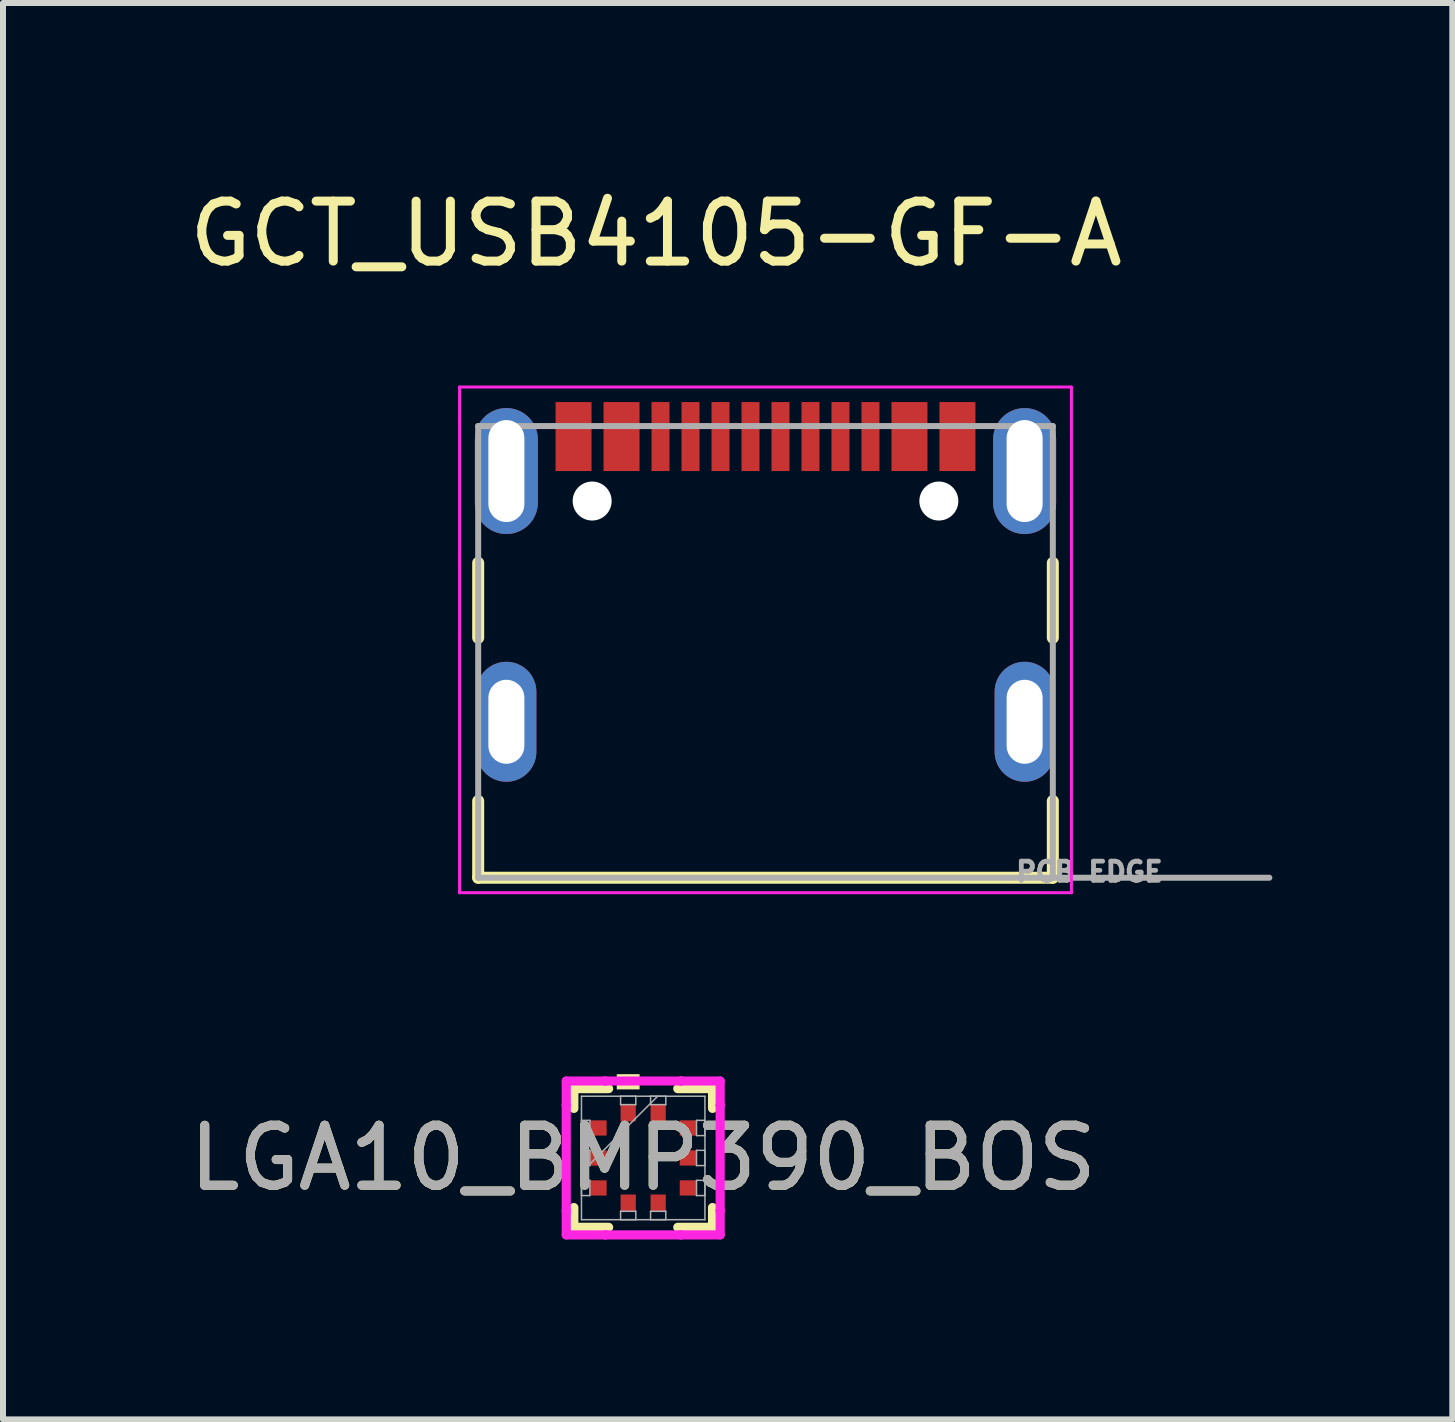
<source format=kicad_pcb>
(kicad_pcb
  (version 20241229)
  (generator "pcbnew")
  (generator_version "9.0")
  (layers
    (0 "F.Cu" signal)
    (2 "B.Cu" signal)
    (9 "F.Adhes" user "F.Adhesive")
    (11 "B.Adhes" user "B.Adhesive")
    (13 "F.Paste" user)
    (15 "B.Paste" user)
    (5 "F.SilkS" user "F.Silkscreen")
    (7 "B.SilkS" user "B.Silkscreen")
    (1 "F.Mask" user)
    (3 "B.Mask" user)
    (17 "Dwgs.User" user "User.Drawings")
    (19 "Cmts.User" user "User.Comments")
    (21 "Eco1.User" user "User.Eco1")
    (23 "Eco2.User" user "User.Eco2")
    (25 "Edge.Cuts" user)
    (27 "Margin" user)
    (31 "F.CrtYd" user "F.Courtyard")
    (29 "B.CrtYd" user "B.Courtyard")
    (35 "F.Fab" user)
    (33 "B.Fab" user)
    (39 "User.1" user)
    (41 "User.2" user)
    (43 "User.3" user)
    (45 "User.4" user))
  (footprint "GCT_USB4105-GF-A"
    (layer "F.Cu")
    (at 9.712 8.983)
    (property "Reference" "GCT_USB4105-GF-A" (at -1.825 -8.135 0) (layer "F.SilkS") (effects (font (size 1 1) (thickness 0.15))))
    (attr smd)
    (fp_line (start -4.79 -2.65) (end -4.79 -1.4) (stroke (width 0.2) (type solid)) (layer "F.SilkS"))
    (fp_line (start -4.79 1.32) (end -4.79 2.6) (stroke (width 0.2) (type solid)) (layer "F.SilkS"))
    (fp_line (start -4.79 2.6) (end 4.79 2.6) (stroke (width 0.2) (type solid)) (layer "F.SilkS"))
    (fp_line (start 4.79 -2.65) (end 4.79 -1.4) (stroke (width 0.2) (type solid)) (layer "F.SilkS"))
    (fp_line (start 4.79 2.6) (end 4.79 1.32) (stroke (width 0.2) (type solid)) (layer "F.SilkS"))
    (fp_line (start -5.1 -5.58) (end -5.1 2.85) (stroke (width 0.05) (type solid)) (layer "F.CrtYd"))
    (fp_line (start -5.1 2.85) (end 5.1 2.85) (stroke (width 0.05) (type solid)) (layer "F.CrtYd"))
    (fp_line (start 5.1 -5.58) (end -5.1 -5.58) (stroke (width 0.05) (type solid)) (layer "F.CrtYd"))
    (fp_line (start 5.1 2.85) (end 5.1 -5.58) (stroke (width 0.05) (type solid)) (layer "F.CrtYd"))
    (fp_line (start -4.79 -4.93) (end 4.79 -4.93) (stroke (width 0.1) (type solid)) (layer "F.Fab"))
    (fp_line (start -4.79 2.6) (end -4.79 -4.93) (stroke (width 0.1) (type solid)) (layer "F.Fab"))
    (fp_line (start 4.79 -4.93) (end 4.79 2.6) (stroke (width 0.1) (type solid)) (layer "F.Fab"))
    (fp_line (start 4.79 2.6) (end -4.79 2.6) (stroke (width 0.1) (type solid)) (layer "F.Fab"))
    (fp_line (start 4.8 2.6) (end 8.4 2.6) (stroke (width 0.1) (type solid)) (layer "F.Fab"))
    (fp_text user "PCB EDGE" (at 5.4 2.5 0) (layer "F.Fab") (effects (font (size 0.32 0.32) (thickness 0.15))))
    (pad "" np_thru_hole circle (at -2.89 -3.68) (size 0.65 0.65) (drill 0.65) (layers "*.Cu" "*.Mask"))
    (pad "" np_thru_hole circle (at 2.89 -3.68) (size 0.65 0.65) (drill 0.65) (layers "*.Cu" "*.Mask"))
    (pad "A1_B12" smd rect (at -3.2 -4.755) (size 0.6 1.15) (layers "F.Cu" "F.Mask" "F.Paste"))
    (pad "A4_B9" smd rect (at -2.4 -4.755) (size 0.6 1.15) (layers "F.Cu" "F.Mask" "F.Paste"))
    (pad "A5" smd rect (at -1.25 -4.755) (size 0.3 1.15) (layers "F.Cu" "F.Mask" "F.Paste"))
    (pad "A6" smd rect (at -0.25 -4.755) (size 0.3 1.15) (layers "F.Cu" "F.Mask" "F.Paste"))
    (pad "A7" smd rect (at 0.25 -4.755) (size 0.3 1.15) (layers "F.Cu" "F.Mask" "F.Paste"))
    (pad "A8" smd rect (at 1.25 -4.755) (size 0.3 1.15) (layers "F.Cu" "F.Mask" "F.Paste"))
    (pad "B1_A12" smd rect (at 3.2 -4.755) (size 0.6 1.15) (layers "F.Cu" "F.Mask" "F.Paste"))
    (pad "B4_A9" smd rect (at 2.4 -4.755) (size 0.6 1.15) (layers "F.Cu" "F.Mask" "F.Paste"))
    (pad "B5" smd rect (at 1.75 -4.755) (size 0.3 1.15) (layers "F.Cu" "F.Mask" "F.Paste"))
    (pad "B6" smd rect (at 0.75 -4.755) (size 0.3 1.15) (layers "F.Cu" "F.Mask" "F.Paste"))
    (pad "B7" smd rect (at -0.75 -4.755) (size 0.3 1.15) (layers "F.Cu" "F.Mask" "F.Paste"))
    (pad "B8" smd rect (at -1.75 -4.755) (size 0.3 1.15) (layers "F.Cu" "F.Mask" "F.Paste"))
    (pad "S1" thru_hole oval (at -4.32 -4.18) (size 1.05 2.1) (drill oval 0.6 1.7) (layers "*.Cu" "*.Mask"))
    (pad "S2" thru_hole oval (at -4.32 0) (size 1 2) (drill oval 0.6 1.4) (layers "*.Cu" "*.Mask"))
    (pad "S3" thru_hole oval (at 4.32 0) (size 1 2) (drill oval 0.6 1.4) (layers "*.Cu" "*.Mask"))
    (pad "S4" thru_hole oval (at 4.32 -4.18) (size 1.05 2.1) (drill oval 0.6 1.7) (layers "*.Cu" "*.Mask")))
  (footprint "LGA10_BMP390_BOS"
    (layer "F.Cu")
    (at 7.673 16.255)
    (property "Reference" "LGA10_BMP390_BOS" (at 0 0 0) (unlocked yes) (layer "F.SilkS") (effects (font (size 1 1) (thickness 0.15))))
    (attr smd)
    (fp_line (start -1.156 -1.156) (end -1.156 -0.826) (stroke (width 0.152) (type solid)) (layer "F.SilkS"))
    (fp_line (start -1.156 0.826) (end -1.156 1.156) (stroke (width 0.152) (type solid)) (layer "F.SilkS"))
    (fp_line (start -1.156 1.156) (end -0.576 1.156) (stroke (width 0.152) (type solid)) (layer "F.SilkS"))
    (fp_line (start -0.576 -1.156) (end -1.156 -1.156) (stroke (width 0.152) (type solid)) (layer "F.SilkS"))
    (fp_line (start 0.576 1.156) (end 1.156 1.156) (stroke (width 0.152) (type solid)) (layer "F.SilkS"))
    (fp_line (start 1.156 -1.156) (end 0.576 -1.156) (stroke (width 0.152) (type solid)) (layer "F.SilkS"))
    (fp_line (start 1.156 -0.826) (end 1.156 -1.156) (stroke (width 0.152) (type solid)) (layer "F.SilkS"))
    (fp_line (start 1.156 1.156) (end 1.156 0.826) (stroke (width 0.152) (type solid)) (layer "F.SilkS"))
    (fp_poly (pts (xy -0.441 -1.143) (xy -0.441 -1.397) (xy -0.06 -1.397) (xy -0.06 -1.143)) (stroke (width 0) (type solid)) (fill yes) (layer "F.SilkS"))
    (fp_line (start -1.283 -1.283) (end -0.631 -1.283) (stroke (width 0.152) (type solid)) (layer "F.CrtYd"))
    (fp_line (start -1.283 -0.881) (end -1.283 -1.283) (stroke (width 0.152) (type solid)) (layer "F.CrtYd"))
    (fp_line (start -1.283 -0.881) (end -1.283 -0.881) (stroke (width 0.152) (type solid)) (layer "F.CrtYd"))
    (fp_line (start -1.283 0.881) (end -1.283 -0.881) (stroke (width 0.152) (type solid)) (layer "F.CrtYd"))
    (fp_line (start -1.283 0.881) (end -1.283 0.881) (stroke (width 0.152) (type solid)) (layer "F.CrtYd"))
    (fp_line (start -1.283 1.283) (end -1.283 0.881) (stroke (width 0.152) (type solid)) (layer "F.CrtYd"))
    (fp_line (start -0.631 -1.283) (end -0.631 -1.283) (stroke (width 0.152) (type solid)) (layer "F.CrtYd"))
    (fp_line (start -0.631 -1.283) (end 0.631 -1.283) (stroke (width 0.152) (type solid)) (layer "F.CrtYd"))
    (fp_line (start -0.631 1.283) (end -1.283 1.283) (stroke (width 0.152) (type solid)) (layer "F.CrtYd"))
    (fp_line (start -0.631 1.283) (end -0.631 1.283) (stroke (width 0.152) (type solid)) (layer "F.CrtYd"))
    (fp_line (start 0.631 -1.283) (end 0.631 -1.283) (stroke (width 0.152) (type solid)) (layer "F.CrtYd"))
    (fp_line (start 0.631 -1.283) (end 1.283 -1.283) (stroke (width 0.152) (type solid)) (layer "F.CrtYd"))
    (fp_line (start 0.631 1.283) (end -0.631 1.283) (stroke (width 0.152) (type solid)) (layer "F.CrtYd"))
    (fp_line (start 0.631 1.283) (end 0.631 1.283) (stroke (width 0.152) (type solid)) (layer "F.CrtYd"))
    (fp_line (start 1.283 -1.283) (end 1.283 -0.881) (stroke (width 0.152) (type solid)) (layer "F.CrtYd"))
    (fp_line (start 1.283 -0.881) (end 1.283 -0.881) (stroke (width 0.152) (type solid)) (layer "F.CrtYd"))
    (fp_line (start 1.283 -0.881) (end 1.283 0.881) (stroke (width 0.152) (type solid)) (layer "F.CrtYd"))
    (fp_line (start 1.283 0.881) (end 1.283 0.881) (stroke (width 0.152) (type solid)) (layer "F.CrtYd"))
    (fp_line (start 1.283 0.881) (end 1.283 1.283) (stroke (width 0.152) (type solid)) (layer "F.CrtYd"))
    (fp_line (start 1.283 1.283) (end 0.631 1.283) (stroke (width 0.152) (type solid)) (layer "F.CrtYd"))
    (fp_line (start -1.029 -1.029) (end -1.029 1.029) (stroke (width 0.025) (type solid)) (layer "F.Fab"))
    (fp_line (start -1.029 -0.627) (end -0.889 -0.627) (stroke (width 0.025) (type solid)) (layer "F.Fab"))
    (fp_line (start -1.029 -0.373) (end -1.029 -0.627) (stroke (width 0.025) (type solid)) (layer "F.Fab"))
    (fp_line (start -1.029 -0.127) (end -0.889 -0.127) (stroke (width 0.025) (type solid)) (layer "F.Fab"))
    (fp_line (start -1.029 0.127) (end -1.029 -0.127) (stroke (width 0.025) (type solid)) (layer "F.Fab"))
    (fp_line (start -1.029 0.241) (end 0.241 -1.029) (stroke (width 0.025) (type solid)) (layer "F.Fab"))
    (fp_line (start -1.029 0.373) (end -0.889 0.373) (stroke (width 0.025) (type solid)) (layer "F.Fab"))
    (fp_line (start -1.029 0.627) (end -1.029 0.373) (stroke (width 0.025) (type solid)) (layer "F.Fab"))
    (fp_line (start -1.029 1.029) (end 1.029 1.029) (stroke (width 0.025) (type solid)) (layer "F.Fab"))
    (fp_line (start -0.889 -0.627) (end -0.889 -0.373) (stroke (width 0.025) (type solid)) (layer "F.Fab"))
    (fp_line (start -0.889 -0.373) (end -1.029 -0.373) (stroke (width 0.025) (type solid)) (layer "F.Fab"))
    (fp_line (start -0.889 -0.127) (end -0.889 0.127) (stroke (width 0.025) (type solid)) (layer "F.Fab"))
    (fp_line (start -0.889 0.127) (end -1.029 0.127) (stroke (width 0.025) (type solid)) (layer "F.Fab"))
    (fp_line (start -0.889 0.373) (end -0.889 0.627) (stroke (width 0.025) (type solid)) (layer "F.Fab"))
    (fp_line (start -0.889 0.627) (end -1.029 0.627) (stroke (width 0.025) (type solid)) (layer "F.Fab"))
    (fp_line (start -0.377 -1.029) (end -0.123 -1.029) (stroke (width 0.025) (type solid)) (layer "F.Fab"))
    (fp_line (start -0.377 -0.889) (end -0.377 -1.029) (stroke (width 0.025) (type solid)) (layer "F.Fab"))
    (fp_line (start -0.377 0.889) (end -0.123 0.889) (stroke (width 0.025) (type solid)) (layer "F.Fab"))
    (fp_line (start -0.377 1.029) (end -0.377 0.889) (stroke (width 0.025) (type solid)) (layer "F.Fab"))
    (fp_line (start -0.123 -1.029) (end -0.123 -0.889) (stroke (width 0.025) (type solid)) (layer "F.Fab"))
    (fp_line (start -0.123 -0.889) (end -0.377 -0.889) (stroke (width 0.025) (type solid)) (layer "F.Fab"))
    (fp_line (start -0.123 0.889) (end -0.123 1.029) (stroke (width 0.025) (type solid)) (layer "F.Fab"))
    (fp_line (start -0.123 1.029) (end -0.377 1.029) (stroke (width 0.025) (type solid)) (layer "F.Fab"))
    (fp_line (start 0.123 -1.029) (end 0.377 -1.029) (stroke (width 0.025) (type solid)) (layer "F.Fab"))
    (fp_line (start 0.123 -0.889) (end 0.123 -1.029) (stroke (width 0.025) (type solid)) (layer "F.Fab"))
    (fp_line (start 0.123 0.889) (end 0.377 0.889) (stroke (width 0.025) (type solid)) (layer "F.Fab"))
    (fp_line (start 0.123 1.029) (end 0.123 0.889) (stroke (width 0.025) (type solid)) (layer "F.Fab"))
    (fp_line (start 0.377 -1.029) (end 0.377 -0.889) (stroke (width 0.025) (type solid)) (layer "F.Fab"))
    (fp_line (start 0.377 -0.889) (end 0.123 -0.889) (stroke (width 0.025) (type solid)) (layer "F.Fab"))
    (fp_line (start 0.377 0.889) (end 0.377 1.029) (stroke (width 0.025) (type solid)) (layer "F.Fab"))
    (fp_line (start 0.377 1.029) (end 0.123 1.029) (stroke (width 0.025) (type solid)) (layer "F.Fab"))
    (fp_line (start 0.889 -0.627) (end 1.029 -0.627) (stroke (width 0.025) (type solid)) (layer "F.Fab"))
    (fp_line (start 0.889 -0.373) (end 0.889 -0.627) (stroke (width 0.025) (type solid)) (layer "F.Fab"))
    (fp_line (start 0.889 -0.127) (end 1.029 -0.127) (stroke (width 0.025) (type solid)) (layer "F.Fab"))
    (fp_line (start 0.889 0.127) (end 0.889 -0.127) (stroke (width 0.025) (type solid)) (layer "F.Fab"))
    (fp_line (start 0.889 0.373) (end 1.029 0.373) (stroke (width 0.025) (type solid)) (layer "F.Fab"))
    (fp_line (start 0.889 0.627) (end 0.889 0.373) (stroke (width 0.025) (type solid)) (layer "F.Fab"))
    (fp_line (start 1.029 -1.029) (end -1.029 -1.029) (stroke (width 0.025) (type solid)) (layer "F.Fab"))
    (fp_line (start 1.029 -0.627) (end 1.029 -0.373) (stroke (width 0.025) (type solid)) (layer "F.Fab"))
    (fp_line (start 1.029 -0.373) (end 0.889 -0.373) (stroke (width 0.025) (type solid)) (layer "F.Fab"))
    (fp_line (start 1.029 -0.127) (end 1.029 0.127) (stroke (width 0.025) (type solid)) (layer "F.Fab"))
    (fp_line (start 1.029 0.127) (end 0.889 0.127) (stroke (width 0.025) (type solid)) (layer "F.Fab"))
    (fp_line (start 1.029 0.373) (end 1.029 0.627) (stroke (width 0.025) (type solid)) (layer "F.Fab"))
    (fp_line (start 1.029 0.627) (end 0.889 0.627) (stroke (width 0.025) (type solid)) (layer "F.Fab"))
    (fp_line (start 1.029 1.029) (end 1.029 -1.029) (stroke (width 0.025) (type solid)) (layer "F.Fab"))
    (fp_text user "${REFERENCE}" (at 0 0 0) (unlocked yes) (layer "F.Fab") (effects (font (size 1 1) (thickness 0.15))))
    (pad "1" smd rect (at 0.25 -0.749) (size 0.254 0.279) (layers "F.Cu" "F.Mask" "F.Paste"))
    (pad "2" smd rect (at -0.25 -0.749) (size 0.254 0.279) (layers "F.Cu" "F.Mask" "F.Paste"))
    (pad "3" smd rect (at -0.749 -0.5 90) (size 0.254 0.279) (layers "F.Cu" "F.Mask" "F.Paste"))
    (pad "4" smd rect (at -0.749 0 90) (size 0.254 0.279) (layers "F.Cu" "F.Mask" "F.Paste"))
    (pad "5" smd rect (at -0.749 0.5 90) (size 0.254 0.279) (layers "F.Cu" "F.Mask" "F.Paste"))
    (pad "6" smd rect (at -0.25 0.749) (size 0.254 0.279) (layers "F.Cu" "F.Mask" "F.Paste"))
    (pad "7" smd rect (at 0.25 0.749) (size 0.254 0.279) (layers "F.Cu" "F.Mask" "F.Paste"))
    (pad "8" smd rect (at 0.749 0.5 90) (size 0.254 0.279) (layers "F.Cu" "F.Mask" "F.Paste"))
    (pad "9" smd rect (at 0.749 0 90) (size 0.254 0.279) (layers "F.Cu" "F.Mask" "F.Paste"))
    (pad "10" smd rect (at 0.749 -0.5 90) (size 0.254 0.279) (layers "F.Cu" "F.Mask" "F.Paste")))
  (gr_rect
    (start -3 -3)
    (end 21.162 20.614)
    (stroke (width 0.1) (type default))
    (fill no)
    (layer "Edge.Cuts")))
</source>
